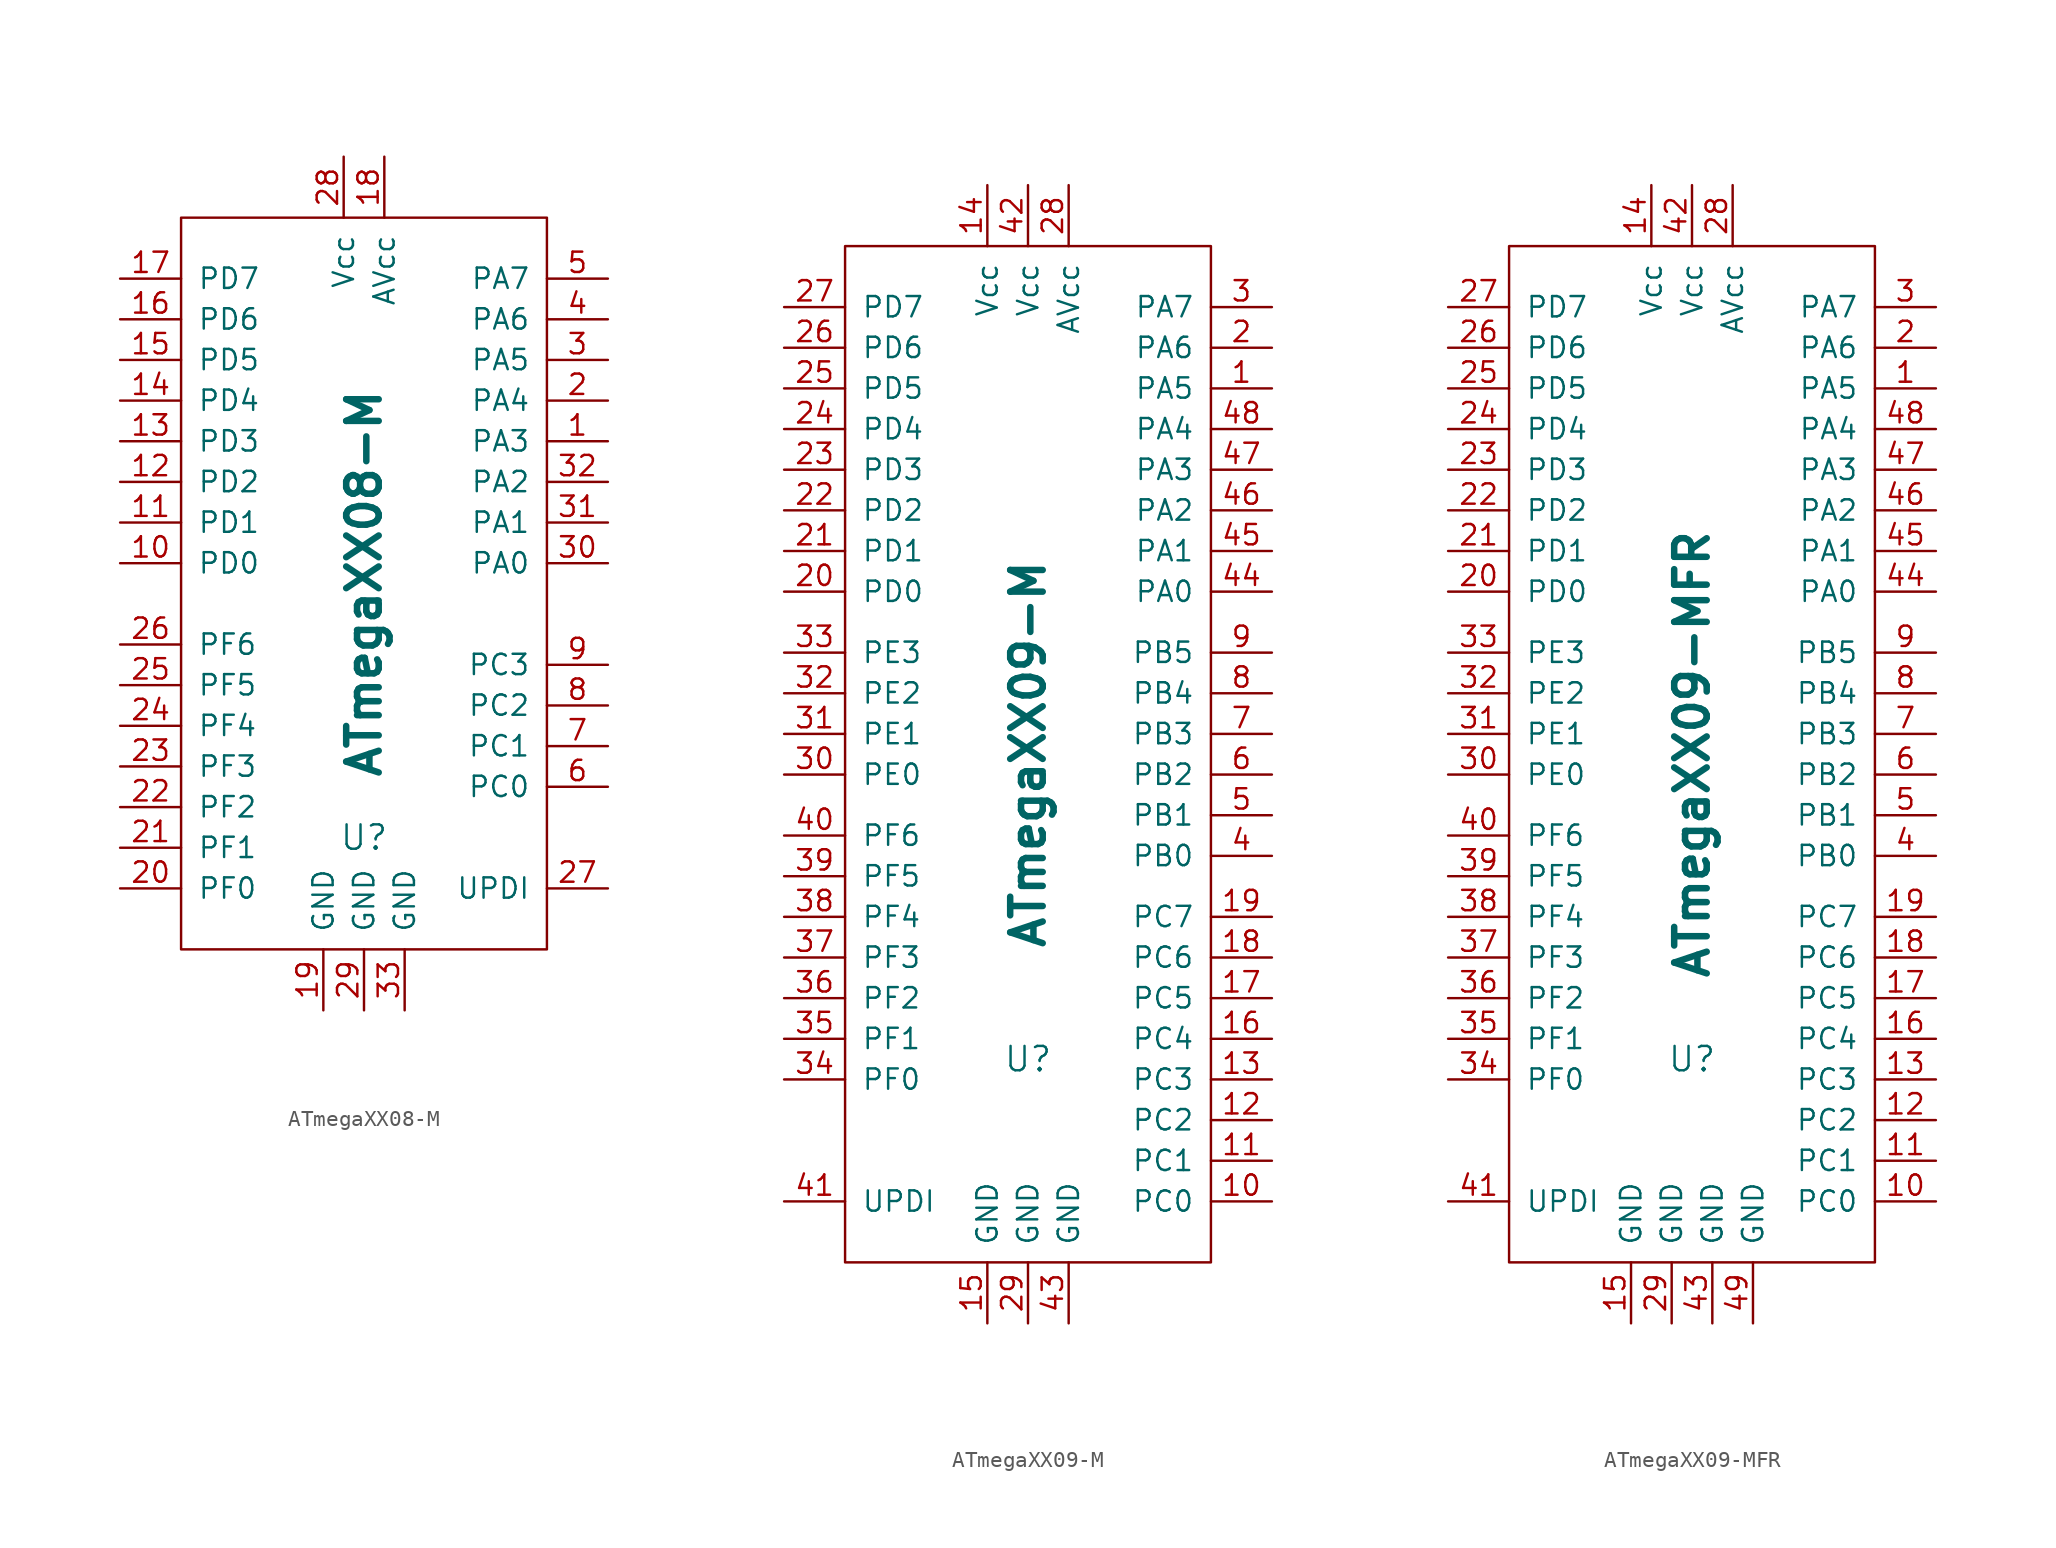
<source format=kicad_sym>
(kicad_symbol_lib
  (version 20231120)
  (generator "kicad_symbol_editor")
  (generator_version "8.0")
  (symbol "ATmegaXX08-M"
    (pin_names
      (offset 1.016))
    (property "Reference" "U"
      (at 0 -15.875 0)
      (effects (font (size 1.524 1.524))))
    (property "Value" "ATmegaXX08-M"
      (at 0 0 90)
      (effects (font (size 2.032 2.032) (bold yes))))
    (symbol "ATmegaXX08-M_0_1"
      (rectangle (start 11.43 -22.86) (end -11.43 22.86) (stroke (width 0) (type default)) (fill (type none))))
    (symbol "ATmegaXX08-M_1_1"
      (pin passive line (at 15.24 8.89 180) (length 3.81) (name "PA3" (effects (font (size 1.27 1.27)))) (number "1" (effects (font (size 1.27 1.27)))))
      (pin passive line (at -15.24 1.27 0) (length 3.81) (name "PD0" (effects (font (size 1.27 1.27)))) (number "10" (effects (font (size 1.27 1.27)))))
      (pin passive line (at -15.24 3.81 0) (length 3.81) (name "PD1" (effects (font (size 1.27 1.27)))) (number "11" (effects (font (size 1.27 1.27)))))
      (pin passive line (at -15.24 6.35 0) (length 3.81) (name "PD2" (effects (font (size 1.27 1.27)))) (number "12" (effects (font (size 1.27 1.27)))))
      (pin passive line (at -15.24 8.89 0) (length 3.81) (name "PD3" (effects (font (size 1.27 1.27)))) (number "13" (effects (font (size 1.27 1.27)))))
      (pin passive line (at -15.24 11.43 0) (length 3.81) (name "PD4" (effects (font (size 1.27 1.27)))) (number "14" (effects (font (size 1.27 1.27)))))
      (pin passive line (at -15.24 13.97 0) (length 3.81) (name "PD5" (effects (font (size 1.27 1.27)))) (number "15" (effects (font (size 1.27 1.27)))))
      (pin passive line (at -15.24 16.51 0) (length 3.81) (name "PD6" (effects (font (size 1.27 1.27)))) (number "16" (effects (font (size 1.27 1.27)))))
      (pin passive line (at -15.24 19.05 0) (length 3.81) (name "PD7" (effects (font (size 1.27 1.27)))) (number "17" (effects (font (size 1.27 1.27)))))
      (pin power_in line (at 1.27 26.67 270) (length 3.81) (name "AVcc" (effects (font (size 1.27 1.27)))) (number "18" (effects (font (size 1.27 1.27)))))
      (pin power_in line (at -2.54 -26.67 90) (length 3.81) (name "GND" (effects (font (size 1.27 1.27)))) (number "19" (effects (font (size 1.27 1.27)))))
      (pin passive line (at 15.24 11.43 180) (length 3.81) (name "PA4" (effects (font (size 1.27 1.27)))) (number "2" (effects (font (size 1.27 1.27)))))
      (pin passive line (at -15.24 -19.05 0) (length 3.81) (name "PF0" (effects (font (size 1.27 1.27)))) (number "20" (effects (font (size 1.27 1.27)))))
      (pin passive line (at -15.24 -16.51 0) (length 3.81) (name "PF1" (effects (font (size 1.27 1.27)))) (number "21" (effects (font (size 1.27 1.27)))))
      (pin passive line (at -15.24 -13.97 0) (length 3.81) (name "PF2" (effects (font (size 1.27 1.27)))) (number "22" (effects (font (size 1.27 1.27)))))
      (pin passive line (at -15.24 -11.43 0) (length 3.81) (name "PF3" (effects (font (size 1.27 1.27)))) (number "23" (effects (font (size 1.27 1.27)))))
      (pin passive line (at -15.24 -8.89 0) (length 3.81) (name "PF4" (effects (font (size 1.27 1.27)))) (number "24" (effects (font (size 1.27 1.27)))))
      (pin passive line (at -15.24 -6.35 0) (length 3.81) (name "PF5" (effects (font (size 1.27 1.27)))) (number "25" (effects (font (size 1.27 1.27)))))
      (pin passive line (at -15.24 -3.81 0) (length 3.81) (name "PF6" (effects (font (size 1.27 1.27)))) (number "26" (effects (font (size 1.27 1.27)))))
      (pin passive line (at 15.24 -19.05 180) (length 3.81) (name "UPDI" (effects (font (size 1.27 1.27)))) (number "27" (effects (font (size 1.27 1.27)))))
      (pin power_in line (at -1.27 26.67 270) (length 3.81) (name "Vcc" (effects (font (size 1.27 1.27)))) (number "28" (effects (font (size 1.27 1.27)))))
      (pin power_in line (at 0 -26.67 90) (length 3.81) (name "GND" (effects (font (size 1.27 1.27)))) (number "29" (effects (font (size 1.27 1.27)))))
      (pin passive line (at 15.24 13.97 180) (length 3.81) (name "PA5" (effects (font (size 1.27 1.27)))) (number "3" (effects (font (size 1.27 1.27)))))
      (pin passive line (at 15.24 1.27 180) (length 3.81) (name "PA0" (effects (font (size 1.27 1.27)))) (number "30" (effects (font (size 1.27 1.27)))))
      (pin passive line (at 15.24 3.81 180) (length 3.81) (name "PA1" (effects (font (size 1.27 1.27)))) (number "31" (effects (font (size 1.27 1.27)))))
      (pin passive line (at 15.24 6.35 180) (length 3.81) (name "PA2" (effects (font (size 1.27 1.27)))) (number "32" (effects (font (size 1.27 1.27)))))
      (pin power_in line (at 2.54 -26.67 90) (length 3.81) (name "GND" (effects (font (size 1.27 1.27)))) (number "33" (effects (font (size 1.27 1.27)))))
      (pin passive line (at 15.24 16.51 180) (length 3.81) (name "PA6" (effects (font (size 1.27 1.27)))) (number "4" (effects (font (size 1.27 1.27)))))
      (pin passive line (at 15.24 19.05 180) (length 3.81) (name "PA7" (effects (font (size 1.27 1.27)))) (number "5" (effects (font (size 1.27 1.27)))))
      (pin passive line (at 15.24 -12.7 180) (length 3.81) (name "PC0" (effects (font (size 1.27 1.27)))) (number "6" (effects (font (size 1.27 1.27)))))
      (pin passive line (at 15.24 -10.16 180) (length 3.81) (name "PC1" (effects (font (size 1.27 1.27)))) (number "7" (effects (font (size 1.27 1.27)))))
      (pin passive line (at 15.24 -7.62 180) (length 3.81) (name "PC2" (effects (font (size 1.27 1.27)))) (number "8" (effects (font (size 1.27 1.27)))))
      (pin passive line (at 15.24 -5.08 180) (length 3.81) (name "PC3" (effects (font (size 1.27 1.27)))) (number "9" (effects (font (size 1.27 1.27)))))))
  (symbol "ATmegaXX09-M"
    (pin_names
      (offset 1.016))
    (property "Reference" "U"
      (at 0 -19.05 0)
      (effects (font (size 1.524 1.524))))
    (property "Value" "ATmegaXX09-M"
      (at 0 0 90)
      (effects (font (size 2.032 2.032) (bold yes))))
    (symbol "ATmegaXX09-M_0_1"
      (rectangle (start 11.43 31.75) (end -11.43 -31.75) (stroke (width 0) (type default)) (fill (type none))))
    (symbol "ATmegaXX09-M_1_1"
      (pin passive line (at 15.24 22.86 180) (length 3.81) (name "PA5" (effects (font (size 1.27 1.27)))) (number "1" (effects (font (size 1.27 1.27)))))
      (pin passive line (at 15.24 -27.94 180) (length 3.81) (name "PC0" (effects (font (size 1.27 1.27)))) (number "10" (effects (font (size 1.27 1.27)))))
      (pin passive line (at 15.24 -25.4 180) (length 3.81) (name "PC1" (effects (font (size 1.27 1.27)))) (number "11" (effects (font (size 1.27 1.27)))))
      (pin passive line (at 15.24 -22.86 180) (length 3.81) (name "PC2" (effects (font (size 1.27 1.27)))) (number "12" (effects (font (size 1.27 1.27)))))
      (pin passive line (at 15.24 -20.32 180) (length 3.81) (name "PC3" (effects (font (size 1.27 1.27)))) (number "13" (effects (font (size 1.27 1.27)))))
      (pin power_in line (at -2.54 35.56 270) (length 3.81) (name "Vcc" (effects (font (size 1.27 1.27)))) (number "14" (effects (font (size 1.27 1.27)))))
      (pin power_in line (at -2.54 -35.56 90) (length 3.81) (name "GND" (effects (font (size 1.27 1.27)))) (number "15" (effects (font (size 1.27 1.27)))))
      (pin passive line (at 15.24 -17.78 180) (length 3.81) (name "PC4" (effects (font (size 1.27 1.27)))) (number "16" (effects (font (size 1.27 1.27)))))
      (pin passive line (at 15.24 -15.24 180) (length 3.81) (name "PC5" (effects (font (size 1.27 1.27)))) (number "17" (effects (font (size 1.27 1.27)))))
      (pin passive line (at 15.24 -12.7 180) (length 3.81) (name "PC6" (effects (font (size 1.27 1.27)))) (number "18" (effects (font (size 1.27 1.27)))))
      (pin passive line (at 15.24 -10.16 180) (length 3.81) (name "PC7" (effects (font (size 1.27 1.27)))) (number "19" (effects (font (size 1.27 1.27)))))
      (pin passive line (at 15.24 25.4 180) (length 3.81) (name "PA6" (effects (font (size 1.27 1.27)))) (number "2" (effects (font (size 1.27 1.27)))))
      (pin passive line (at -15.24 10.16 0) (length 3.81) (name "PD0" (effects (font (size 1.27 1.27)))) (number "20" (effects (font (size 1.27 1.27)))))
      (pin passive line (at -15.24 12.7 0) (length 3.81) (name "PD1" (effects (font (size 1.27 1.27)))) (number "21" (effects (font (size 1.27 1.27)))))
      (pin passive line (at -15.24 15.24 0) (length 3.81) (name "PD2" (effects (font (size 1.27 1.27)))) (number "22" (effects (font (size 1.27 1.27)))))
      (pin passive line (at -15.24 17.78 0) (length 3.81) (name "PD3" (effects (font (size 1.27 1.27)))) (number "23" (effects (font (size 1.27 1.27)))))
      (pin passive line (at -15.24 20.32 0) (length 3.81) (name "PD4" (effects (font (size 1.27 1.27)))) (number "24" (effects (font (size 1.27 1.27)))))
      (pin passive line (at -15.24 22.86 0) (length 3.81) (name "PD5" (effects (font (size 1.27 1.27)))) (number "25" (effects (font (size 1.27 1.27)))))
      (pin passive line (at -15.24 25.4 0) (length 3.81) (name "PD6" (effects (font (size 1.27 1.27)))) (number "26" (effects (font (size 1.27 1.27)))))
      (pin passive line (at -15.24 27.94 0) (length 3.81) (name "PD7" (effects (font (size 1.27 1.27)))) (number "27" (effects (font (size 1.27 1.27)))))
      (pin power_in line (at 2.54 35.56 270) (length 3.81) (name "AVcc" (effects (font (size 1.27 1.27)))) (number "28" (effects (font (size 1.27 1.27)))))
      (pin power_in line (at 0 -35.56 90) (length 3.81) (name "GND" (effects (font (size 1.27 1.27)))) (number "29" (effects (font (size 1.27 1.27)))))
      (pin passive line (at 15.24 27.94 180) (length 3.81) (name "PA7" (effects (font (size 1.27 1.27)))) (number "3" (effects (font (size 1.27 1.27)))))
      (pin passive line (at -15.24 -1.27 0) (length 3.81) (name "PE0" (effects (font (size 1.27 1.27)))) (number "30" (effects (font (size 1.27 1.27)))))
      (pin passive line (at -15.24 1.27 0) (length 3.81) (name "PE1" (effects (font (size 1.27 1.27)))) (number "31" (effects (font (size 1.27 1.27)))))
      (pin passive line (at -15.24 3.81 0) (length 3.81) (name "PE2" (effects (font (size 1.27 1.27)))) (number "32" (effects (font (size 1.27 1.27)))))
      (pin passive line (at -15.24 6.35 0) (length 3.81) (name "PE3" (effects (font (size 1.27 1.27)))) (number "33" (effects (font (size 1.27 1.27)))))
      (pin passive line (at -15.24 -20.32 0) (length 3.81) (name "PF0" (effects (font (size 1.27 1.27)))) (number "34" (effects (font (size 1.27 1.27)))))
      (pin passive line (at -15.24 -17.78 0) (length 3.81) (name "PF1" (effects (font (size 1.27 1.27)))) (number "35" (effects (font (size 1.27 1.27)))))
      (pin passive line (at -15.24 -15.24 0) (length 3.81) (name "PF2" (effects (font (size 1.27 1.27)))) (number "36" (effects (font (size 1.27 1.27)))))
      (pin passive line (at -15.24 -12.7 0) (length 3.81) (name "PF3" (effects (font (size 1.27 1.27)))) (number "37" (effects (font (size 1.27 1.27)))))
      (pin passive line (at -15.24 -10.16 0) (length 3.81) (name "PF4" (effects (font (size 1.27 1.27)))) (number "38" (effects (font (size 1.27 1.27)))))
      (pin passive line (at -15.24 -7.62 0) (length 3.81) (name "PF5" (effects (font (size 1.27 1.27)))) (number "39" (effects (font (size 1.27 1.27)))))
      (pin passive line (at 15.24 -6.35 180) (length 3.81) (name "PB0" (effects (font (size 1.27 1.27)))) (number "4" (effects (font (size 1.27 1.27)))))
      (pin passive line (at -15.24 -5.08 0) (length 3.81) (name "PF6" (effects (font (size 1.27 1.27)))) (number "40" (effects (font (size 1.27 1.27)))))
      (pin passive line (at -15.24 -27.94 0) (length 3.81) (name "UPDI" (effects (font (size 1.27 1.27)))) (number "41" (effects (font (size 1.27 1.27)))))
      (pin power_in line (at 0 35.56 270) (length 3.81) (name "Vcc" (effects (font (size 1.27 1.27)))) (number "42" (effects (font (size 1.27 1.27)))))
      (pin power_in line (at 2.54 -35.56 90) (length 3.81) (name "GND" (effects (font (size 1.27 1.27)))) (number "43" (effects (font (size 1.27 1.27)))))
      (pin passive line (at 15.24 10.16 180) (length 3.81) (name "PA0" (effects (font (size 1.27 1.27)))) (number "44" (effects (font (size 1.27 1.27)))))
      (pin passive line (at 15.24 12.7 180) (length 3.81) (name "PA1" (effects (font (size 1.27 1.27)))) (number "45" (effects (font (size 1.27 1.27)))))
      (pin passive line (at 15.24 15.24 180) (length 3.81) (name "PA2" (effects (font (size 1.27 1.27)))) (number "46" (effects (font (size 1.27 1.27)))))
      (pin passive line (at 15.24 17.78 180) (length 3.81) (name "PA3" (effects (font (size 1.27 1.27)))) (number "47" (effects (font (size 1.27 1.27)))))
      (pin passive line (at 15.24 20.32 180) (length 3.81) (name "PA4" (effects (font (size 1.27 1.27)))) (number "48" (effects (font (size 1.27 1.27)))))
      (pin passive line (at 15.24 -3.81 180) (length 3.81) (name "PB1" (effects (font (size 1.27 1.27)))) (number "5" (effects (font (size 1.27 1.27)))))
      (pin passive line (at 15.24 -1.27 180) (length 3.81) (name "PB2" (effects (font (size 1.27 1.27)))) (number "6" (effects (font (size 1.27 1.27)))))
      (pin passive line (at 15.24 1.27 180) (length 3.81) (name "PB3" (effects (font (size 1.27 1.27)))) (number "7" (effects (font (size 1.27 1.27)))))
      (pin passive line (at 15.24 3.81 180) (length 3.81) (name "PB4" (effects (font (size 1.27 1.27)))) (number "8" (effects (font (size 1.27 1.27)))))
      (pin passive line (at 15.24 6.35 180) (length 3.81) (name "PB5" (effects (font (size 1.27 1.27)))) (number "9" (effects (font (size 1.27 1.27)))))))
  (symbol "ATmegaXX09-MFR"
    (pin_names
      (offset 1.016))
    (property "Reference" "U"
      (at 0 -19.05 0)
      (effects (font (size 1.524 1.524))))
    (property "Value" "ATmegaXX09-MFR"
      (at 0 0 90)
      (effects (font (size 2.032 2.032) (bold yes))))
    (symbol "ATmegaXX09-MFR_0_1"
      (rectangle (start 11.43 31.75) (end -11.43 -31.75) (stroke (width 0) (type default)) (fill (type none))))
    (symbol "ATmegaXX09-MFR_1_1"
      (pin passive line (at 15.24 22.86 180) (length 3.81) (name "PA5" (effects (font (size 1.27 1.27)))) (number "1" (effects (font (size 1.27 1.27)))))
      (pin passive line (at 15.24 -27.94 180) (length 3.81) (name "PC0" (effects (font (size 1.27 1.27)))) (number "10" (effects (font (size 1.27 1.27)))))
      (pin passive line (at 15.24 -25.4 180) (length 3.81) (name "PC1" (effects (font (size 1.27 1.27)))) (number "11" (effects (font (size 1.27 1.27)))))
      (pin passive line (at 15.24 -22.86 180) (length 3.81) (name "PC2" (effects (font (size 1.27 1.27)))) (number "12" (effects (font (size 1.27 1.27)))))
      (pin passive line (at 15.24 -20.32 180) (length 3.81) (name "PC3" (effects (font (size 1.27 1.27)))) (number "13" (effects (font (size 1.27 1.27)))))
      (pin passive line (at -2.54 35.56 270) (length 3.81) (name "Vcc" (effects (font (size 1.27 1.27)))) (number "14" (effects (font (size 1.27 1.27)))))
      (pin power_in line (at -3.81 -35.56 90) (length 3.81) (name "GND" (effects (font (size 1.27 1.27)))) (number "15" (effects (font (size 1.27 1.27)))))
      (pin passive line (at 15.24 -17.78 180) (length 3.81) (name "PC4" (effects (font (size 1.27 1.27)))) (number "16" (effects (font (size 1.27 1.27)))))
      (pin passive line (at 15.24 -15.24 180) (length 3.81) (name "PC5" (effects (font (size 1.27 1.27)))) (number "17" (effects (font (size 1.27 1.27)))))
      (pin passive line (at 15.24 -12.7 180) (length 3.81) (name "PC6" (effects (font (size 1.27 1.27)))) (number "18" (effects (font (size 1.27 1.27)))))
      (pin passive line (at 15.24 -10.16 180) (length 3.81) (name "PC7" (effects (font (size 1.27 1.27)))) (number "19" (effects (font (size 1.27 1.27)))))
      (pin passive line (at 15.24 25.4 180) (length 3.81) (name "PA6" (effects (font (size 1.27 1.27)))) (number "2" (effects (font (size 1.27 1.27)))))
      (pin passive line (at -15.24 10.16 0) (length 3.81) (name "PD0" (effects (font (size 1.27 1.27)))) (number "20" (effects (font (size 1.27 1.27)))))
      (pin passive line (at -15.24 12.7 0) (length 3.81) (name "PD1" (effects (font (size 1.27 1.27)))) (number "21" (effects (font (size 1.27 1.27)))))
      (pin passive line (at -15.24 15.24 0) (length 3.81) (name "PD2" (effects (font (size 1.27 1.27)))) (number "22" (effects (font (size 1.27 1.27)))))
      (pin passive line (at -15.24 17.78 0) (length 3.81) (name "PD3" (effects (font (size 1.27 1.27)))) (number "23" (effects (font (size 1.27 1.27)))))
      (pin passive line (at -15.24 20.32 0) (length 3.81) (name "PD4" (effects (font (size 1.27 1.27)))) (number "24" (effects (font (size 1.27 1.27)))))
      (pin passive line (at -15.24 22.86 0) (length 3.81) (name "PD5" (effects (font (size 1.27 1.27)))) (number "25" (effects (font (size 1.27 1.27)))))
      (pin passive line (at -15.24 25.4 0) (length 3.81) (name "PD6" (effects (font (size 1.27 1.27)))) (number "26" (effects (font (size 1.27 1.27)))))
      (pin passive line (at -15.24 27.94 0) (length 3.81) (name "PD7" (effects (font (size 1.27 1.27)))) (number "27" (effects (font (size 1.27 1.27)))))
      (pin passive line (at 2.54 35.56 270) (length 3.81) (name "AVcc" (effects (font (size 1.27 1.27)))) (number "28" (effects (font (size 1.27 1.27)))))
      (pin power_in line (at -1.27 -35.56 90) (length 3.81) (name "GND" (effects (font (size 1.27 1.27)))) (number "29" (effects (font (size 1.27 1.27)))))
      (pin passive line (at 15.24 27.94 180) (length 3.81) (name "PA7" (effects (font (size 1.27 1.27)))) (number "3" (effects (font (size 1.27 1.27)))))
      (pin passive line (at -15.24 -1.27 0) (length 3.81) (name "PE0" (effects (font (size 1.27 1.27)))) (number "30" (effects (font (size 1.27 1.27)))))
      (pin passive line (at -15.24 1.27 0) (length 3.81) (name "PE1" (effects (font (size 1.27 1.27)))) (number "31" (effects (font (size 1.27 1.27)))))
      (pin passive line (at -15.24 3.81 0) (length 3.81) (name "PE2" (effects (font (size 1.27 1.27)))) (number "32" (effects (font (size 1.27 1.27)))))
      (pin passive line (at -15.24 6.35 0) (length 3.81) (name "PE3" (effects (font (size 1.27 1.27)))) (number "33" (effects (font (size 1.27 1.27)))))
      (pin passive line (at -15.24 -20.32 0) (length 3.81) (name "PF0" (effects (font (size 1.27 1.27)))) (number "34" (effects (font (size 1.27 1.27)))))
      (pin passive line (at -15.24 -17.78 0) (length 3.81) (name "PF1" (effects (font (size 1.27 1.27)))) (number "35" (effects (font (size 1.27 1.27)))))
      (pin passive line (at -15.24 -15.24 0) (length 3.81) (name "PF2" (effects (font (size 1.27 1.27)))) (number "36" (effects (font (size 1.27 1.27)))))
      (pin passive line (at -15.24 -12.7 0) (length 3.81) (name "PF3" (effects (font (size 1.27 1.27)))) (number "37" (effects (font (size 1.27 1.27)))))
      (pin passive line (at -15.24 -10.16 0) (length 3.81) (name "PF4" (effects (font (size 1.27 1.27)))) (number "38" (effects (font (size 1.27 1.27)))))
      (pin passive line (at -15.24 -7.62 0) (length 3.81) (name "PF5" (effects (font (size 1.27 1.27)))) (number "39" (effects (font (size 1.27 1.27)))))
      (pin passive line (at 15.24 -6.35 180) (length 3.81) (name "PB0" (effects (font (size 1.27 1.27)))) (number "4" (effects (font (size 1.27 1.27)))))
      (pin passive line (at -15.24 -5.08 0) (length 3.81) (name "PF6" (effects (font (size 1.27 1.27)))) (number "40" (effects (font (size 1.27 1.27)))))
      (pin passive line (at -15.24 -27.94 0) (length 3.81) (name "UPDI" (effects (font (size 1.27 1.27)))) (number "41" (effects (font (size 1.27 1.27)))))
      (pin passive line (at 0 35.56 270) (length 3.81) (name "Vcc" (effects (font (size 1.27 1.27)))) (number "42" (effects (font (size 1.27 1.27)))))
      (pin power_in line (at 1.27 -35.56 90) (length 3.81) (name "GND" (effects (font (size 1.27 1.27)))) (number "43" (effects (font (size 1.27 1.27)))))
      (pin passive line (at 15.24 10.16 180) (length 3.81) (name "PA0" (effects (font (size 1.27 1.27)))) (number "44" (effects (font (size 1.27 1.27)))))
      (pin passive line (at 15.24 12.7 180) (length 3.81) (name "PA1" (effects (font (size 1.27 1.27)))) (number "45" (effects (font (size 1.27 1.27)))))
      (pin passive line (at 15.24 15.24 180) (length 3.81) (name "PA2" (effects (font (size 1.27 1.27)))) (number "46" (effects (font (size 1.27 1.27)))))
      (pin passive line (at 15.24 17.78 180) (length 3.81) (name "PA3" (effects (font (size 1.27 1.27)))) (number "47" (effects (font (size 1.27 1.27)))))
      (pin passive line (at 15.24 20.32 180) (length 3.81) (name "PA4" (effects (font (size 1.27 1.27)))) (number "48" (effects (font (size 1.27 1.27)))))
      (pin input line (at 3.81 -35.56 90) (length 3.81) (name "GND" (effects (font (size 1.27 1.27)))) (number "49" (effects (font (size 1.27 1.27)))))
      (pin passive line (at 15.24 -3.81 180) (length 3.81) (name "PB1" (effects (font (size 1.27 1.27)))) (number "5" (effects (font (size 1.27 1.27)))))
      (pin passive line (at 15.24 -1.27 180) (length 3.81) (name "PB2" (effects (font (size 1.27 1.27)))) (number "6" (effects (font (size 1.27 1.27)))))
      (pin passive line (at 15.24 1.27 180) (length 3.81) (name "PB3" (effects (font (size 1.27 1.27)))) (number "7" (effects (font (size 1.27 1.27)))))
      (pin passive line (at 15.24 3.81 180) (length 3.81) (name "PB4" (effects (font (size 1.27 1.27)))) (number "8" (effects (font (size 1.27 1.27)))))
      (pin passive line (at 15.24 6.35 180) (length 3.81) (name "PB5" (effects (font (size 1.27 1.27)))) (number "9" (effects (font (size 1.27 1.27))))))))
</source>
